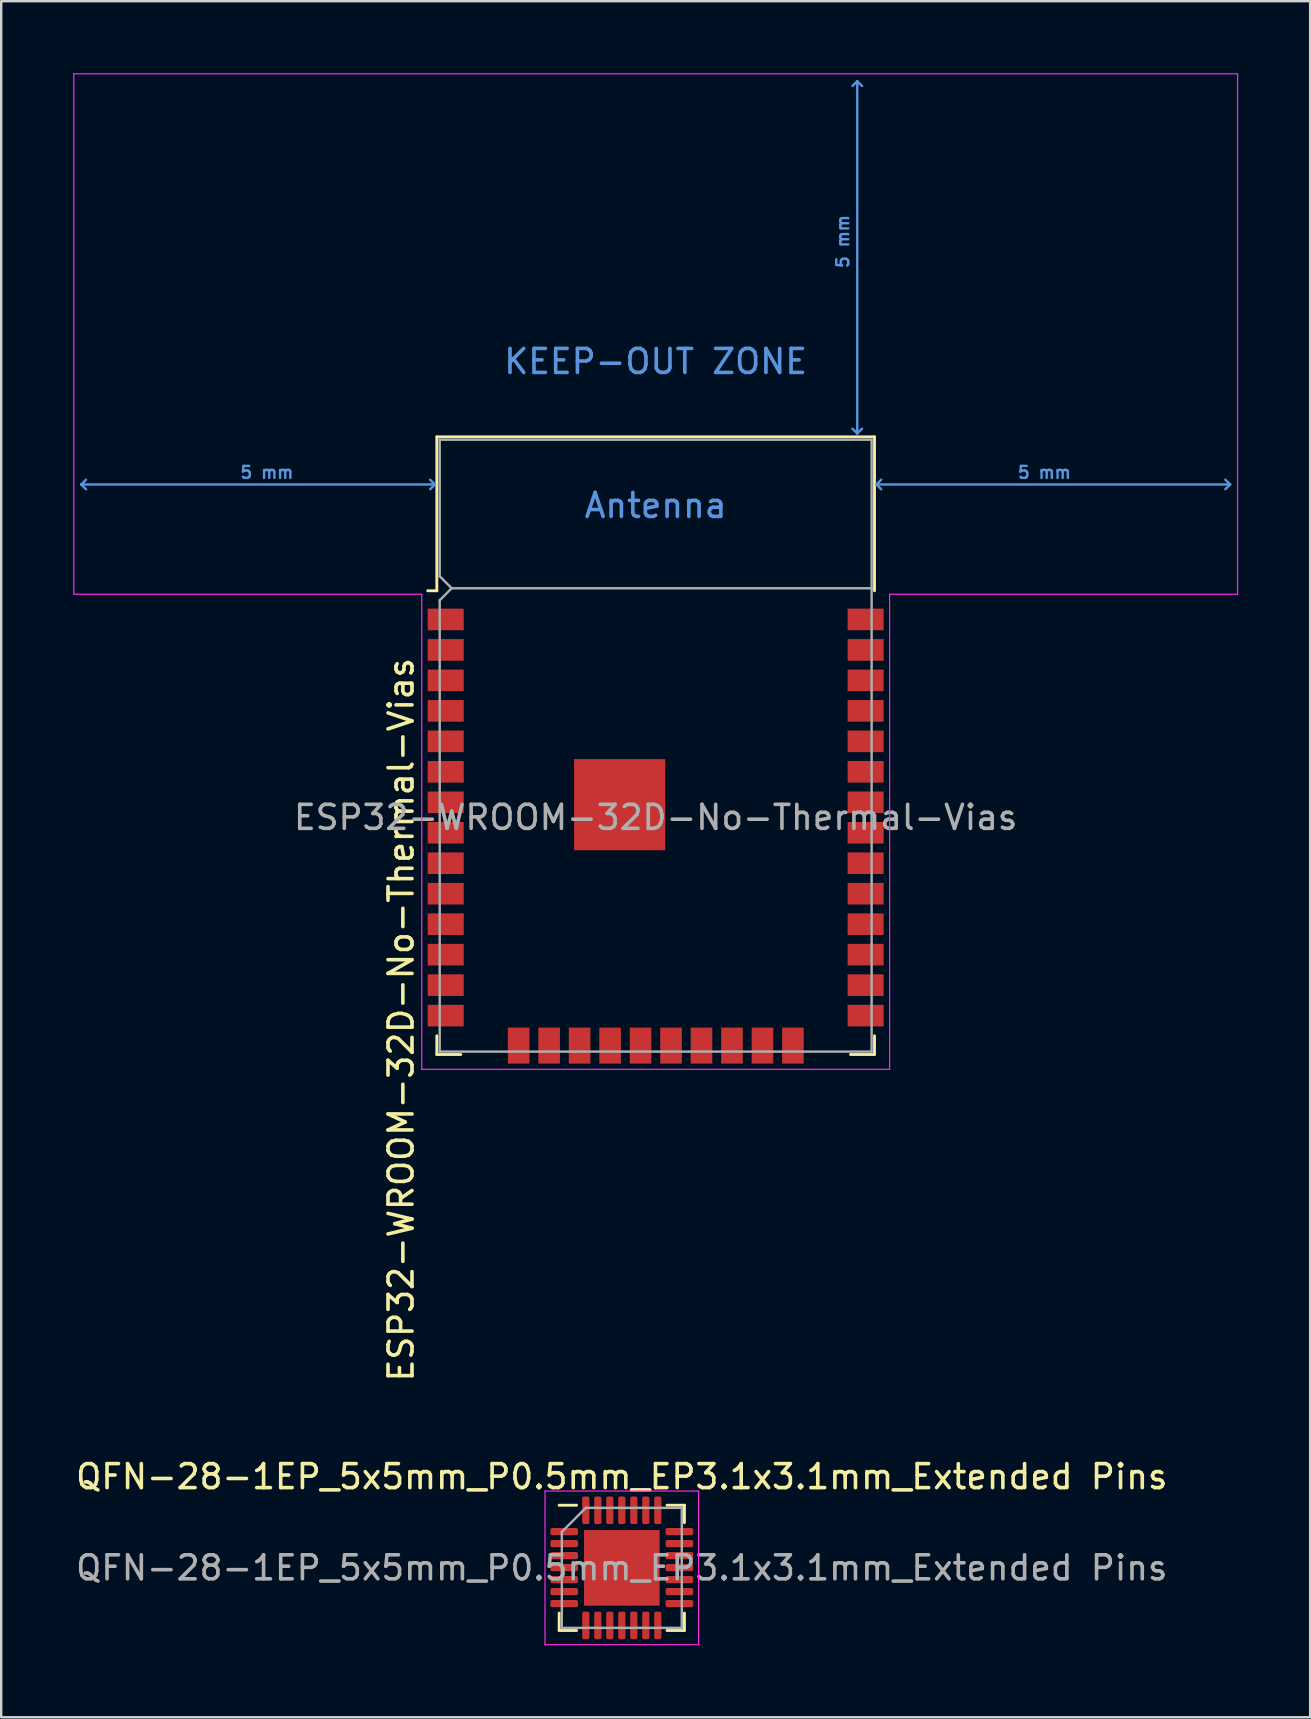
<source format=kicad_pcb>
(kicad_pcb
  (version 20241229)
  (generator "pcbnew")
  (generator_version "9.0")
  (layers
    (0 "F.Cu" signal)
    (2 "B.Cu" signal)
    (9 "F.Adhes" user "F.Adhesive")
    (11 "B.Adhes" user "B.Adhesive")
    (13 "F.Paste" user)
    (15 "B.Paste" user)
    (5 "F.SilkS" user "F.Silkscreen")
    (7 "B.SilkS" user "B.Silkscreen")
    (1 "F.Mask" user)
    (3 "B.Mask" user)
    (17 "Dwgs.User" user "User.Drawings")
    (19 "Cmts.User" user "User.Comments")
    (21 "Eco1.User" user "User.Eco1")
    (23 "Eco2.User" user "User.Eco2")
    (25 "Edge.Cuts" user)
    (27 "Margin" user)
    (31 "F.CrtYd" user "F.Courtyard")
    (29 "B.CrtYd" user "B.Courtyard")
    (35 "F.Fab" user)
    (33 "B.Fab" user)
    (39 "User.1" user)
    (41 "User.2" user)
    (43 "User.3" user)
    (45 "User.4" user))
  (footprint "QFN-28-1EP_5x5mm_P0.5mm_EP3.1x3.1mm_Extended Pins"
    (layer "F.Cu")
    (at 22.863 62.29)
    (property "Reference" "QFN-28-1EP_5x5mm_P0.5mm_EP3.1x3.1mm_Extended Pins" (at 0 -3.8 0) (layer "F.SilkS") (effects (font (size 1 1) (thickness 0.15))))
    (attr smd)
    (fp_line (start -2.61 2.61) (end -2.61 1.885) (stroke (width 0.12) (type solid)) (layer "F.SilkS"))
    (fp_line (start -1.885 -2.61) (end -2.61 -2.61) (stroke (width 0.12) (type solid)) (layer "F.SilkS"))
    (fp_line (start -1.885 2.61) (end -2.61 2.61) (stroke (width 0.12) (type solid)) (layer "F.SilkS"))
    (fp_line (start 1.885 -2.61) (end 2.61 -2.61) (stroke (width 0.12) (type solid)) (layer "F.SilkS"))
    (fp_line (start 1.885 2.61) (end 2.61 2.61) (stroke (width 0.12) (type solid)) (layer "F.SilkS"))
    (fp_line (start 2.61 -2.61) (end 2.61 -1.885) (stroke (width 0.12) (type solid)) (layer "F.SilkS"))
    (fp_line (start 2.61 2.61) (end 2.61 1.885) (stroke (width 0.12) (type solid)) (layer "F.SilkS"))
    (fp_line (start -3.2 -3.2) (end -3.2 3.2) (stroke (width 0.05) (type solid)) (layer "F.CrtYd"))
    (fp_line (start -3.2 3.2) (end 3.2 3.2) (stroke (width 0.05) (type solid)) (layer "F.CrtYd"))
    (fp_line (start 3.2 -3.2) (end -3.2 -3.2) (stroke (width 0.05) (type solid)) (layer "F.CrtYd"))
    (fp_line (start 3.2 3.2) (end 3.2 -3.2) (stroke (width 0.05) (type solid)) (layer "F.CrtYd"))
    (fp_line (start -2.5 -1.5) (end -1.5 -2.5) (stroke (width 0.1) (type solid)) (layer "F.Fab"))
    (fp_line (start -2.5 2.5) (end -2.5 -1.5) (stroke (width 0.1) (type solid)) (layer "F.Fab"))
    (fp_line (start -1.5 -2.5) (end 2.5 -2.5) (stroke (width 0.1) (type solid)) (layer "F.Fab"))
    (fp_line (start 2.5 -2.5) (end 2.5 2.5) (stroke (width 0.1) (type solid)) (layer "F.Fab"))
    (fp_line (start 2.5 2.5) (end -2.5 2.5) (stroke (width 0.1) (type solid)) (layer "F.Fab"))
    (fp_text user "${REFERENCE}" (at 0 0 0) (layer "F.Fab") (effects (font (size 1 1) (thickness 0.15))))
    (pad "" smd roundrect (at -1.03 -1.03) (size 0.83 0.83) (layers "F.Paste") (roundrect_rratio 0.25))
    (pad "" smd roundrect (at -1.03 0) (size 0.83 0.83) (layers "F.Paste") (roundrect_rratio 0.25))
    (pad "" smd roundrect (at -1.03 1.03) (size 0.83 0.83) (layers "F.Paste") (roundrect_rratio 0.25))
    (pad "" smd roundrect (at 0 -1.03) (size 0.83 0.83) (layers "F.Paste") (roundrect_rratio 0.25))
    (pad "" smd roundrect (at 0 0) (size 0.83 0.83) (layers "F.Paste") (roundrect_rratio 0.25))
    (pad "" smd roundrect (at 0 1.03) (size 0.83 0.83) (layers "F.Paste") (roundrect_rratio 0.25))
    (pad "" smd roundrect (at 1.03 -1.03) (size 0.83 0.83) (layers "F.Paste") (roundrect_rratio 0.25))
    (pad "" smd roundrect (at 1.03 0) (size 0.83 0.83) (layers "F.Paste") (roundrect_rratio 0.25))
    (pad "" smd roundrect (at 1.03 1.03) (size 0.83 0.83) (layers "F.Paste") (roundrect_rratio 0.25))
    (pad "1" smd roundrect (at -2.4 -1.51) (size 1.15 0.3) (layers "F.Cu" "F.Mask" "F.Paste") (roundrect_rratio 0.25))
    (pad "2" smd roundrect (at -2.4 -1.01) (size 1.15 0.3) (layers "F.Cu" "F.Mask" "F.Paste") (roundrect_rratio 0.25))
    (pad "3" smd roundrect (at -2.4 -0.51) (size 1.15 0.3) (layers "F.Cu" "F.Mask" "F.Paste") (roundrect_rratio 0.25))
    (pad "4" smd roundrect (at -2.4 -0.01) (size 1.15 0.3) (layers "F.Cu" "F.Mask" "F.Paste") (roundrect_rratio 0.25))
    (pad "5" smd roundrect (at -2.4 0.49) (size 1.15 0.3) (layers "F.Cu" "F.Mask" "F.Paste") (roundrect_rratio 0.25))
    (pad "6" smd roundrect (at -2.4 0.99) (size 1.15 0.3) (layers "F.Cu" "F.Mask" "F.Paste") (roundrect_rratio 0.25))
    (pad "7" smd roundrect (at -2.4 1.49) (size 1.15 0.3) (layers "F.Cu" "F.Mask" "F.Paste") (roundrect_rratio 0.25))
    (pad "8" smd roundrect (at -1.5 2.4) (size 0.3 1.15) (layers "F.Cu" "F.Mask" "F.Paste") (roundrect_rratio 0.25))
    (pad "9" smd roundrect (at -1 2.4) (size 0.3 1.15) (layers "F.Cu" "F.Mask" "F.Paste") (roundrect_rratio 0.25))
    (pad "10" smd roundrect (at -0.5 2.4) (size 0.3 1.15) (layers "F.Cu" "F.Mask" "F.Paste") (roundrect_rratio 0.25))
    (pad "11" smd roundrect (at 0 2.4) (size 0.3 1.15) (layers "F.Cu" "F.Mask" "F.Paste") (roundrect_rratio 0.25))
    (pad "12" smd roundrect (at 0.5 2.4) (size 0.3 1.15) (layers "F.Cu" "F.Mask" "F.Paste") (roundrect_rratio 0.25))
    (pad "13" smd roundrect (at 1 2.4) (size 0.3 1.15) (layers "F.Cu" "F.Mask" "F.Paste") (roundrect_rratio 0.25))
    (pad "14" smd roundrect (at 1.5 2.4) (size 0.3 1.15) (layers "F.Cu" "F.Mask" "F.Paste") (roundrect_rratio 0.25))
    (pad "15" smd roundrect (at 2.4 1.49) (size 1.15 0.3) (layers "F.Cu" "F.Mask" "F.Paste") (roundrect_rratio 0.25))
    (pad "16" smd roundrect (at 2.4 0.99) (size 1.15 0.3) (layers "F.Cu" "F.Mask" "F.Paste") (roundrect_rratio 0.25))
    (pad "17" smd roundrect (at 2.4 0.49) (size 1.15 0.3) (layers "F.Cu" "F.Mask" "F.Paste") (roundrect_rratio 0.25))
    (pad "18" smd roundrect (at 2.4 -0.01) (size 1.15 0.3) (layers "F.Cu" "F.Mask" "F.Paste") (roundrect_rratio 0.25))
    (pad "19" smd roundrect (at 2.4 -0.51) (size 1.15 0.3) (layers "F.Cu" "F.Mask" "F.Paste") (roundrect_rratio 0.25))
    (pad "20" smd roundrect (at 2.4 -1.01) (size 1.15 0.3) (layers "F.Cu" "F.Mask" "F.Paste") (roundrect_rratio 0.25))
    (pad "21" smd roundrect (at 2.4 -1.51) (size 1.15 0.3) (layers "F.Cu" "F.Mask" "F.Paste") (roundrect_rratio 0.25))
    (pad "22" smd roundrect (at 1.5 -2.4) (size 0.3 1.15) (layers "F.Cu" "F.Mask" "F.Paste") (roundrect_rratio 0.25))
    (pad "23" smd roundrect (at 1 -2.4) (size 0.3 1.15) (layers "F.Cu" "F.Mask" "F.Paste") (roundrect_rratio 0.25))
    (pad "24" smd roundrect (at 0.5 -2.4) (size 0.3 1.15) (layers "F.Cu" "F.Mask" "F.Paste") (roundrect_rratio 0.25))
    (pad "25" smd roundrect (at 0 -2.4) (size 0.3 1.15) (layers "F.Cu" "F.Mask" "F.Paste") (roundrect_rratio 0.25))
    (pad "26" smd roundrect (at -0.5 -2.4) (size 0.3 1.15) (layers "F.Cu" "F.Mask" "F.Paste") (roundrect_rratio 0.25))
    (pad "27" smd roundrect (at -1 -2.4) (size 0.3 1.15) (layers "F.Cu" "F.Mask" "F.Paste") (roundrect_rratio 0.25))
    (pad "28" smd roundrect (at -1.5 -2.4) (size 0.3 1.15) (layers "F.Cu" "F.Mask" "F.Paste") (roundrect_rratio 0.25))
    (pad "29" smd rect (at 0 0) (size 3.15 3.15) (layers "F.Cu" "F.Mask")))
  (footprint "ESP32-WROOM-32D-No-Thermal-Vias"
    (layer "F.Cu")
    (at 24.275 31.015)
    (property "Reference" "ESP32-WROOM-32D-No-Thermal-Vias" (at -10.61 8.43 90) (layer "F.SilkS") (effects (font (size 1 1) (thickness 0.15))))
    (attr smd)
    (fp_line (start -9.12 -15.86) (end -9.12 -9.445) (stroke (width 0.12) (type solid)) (layer "F.SilkS"))
    (fp_line (start -9.12 -15.86) (end 9.12 -15.86) (stroke (width 0.12) (type solid)) (layer "F.SilkS"))
    (fp_line (start -9.12 -9.445) (end -9.5 -9.445) (stroke (width 0.12) (type solid)) (layer "F.SilkS"))
    (fp_line (start -9.12 9.1) (end -9.12 9.88) (stroke (width 0.12) (type solid)) (layer "F.SilkS"))
    (fp_line (start -9.12 9.88) (end -8.12 9.88) (stroke (width 0.12) (type solid)) (layer "F.SilkS"))
    (fp_line (start 9.12 -15.86) (end 9.12 -9.445) (stroke (width 0.12) (type solid)) (layer "F.SilkS"))
    (fp_line (start 9.12 9.1) (end 9.12 9.88) (stroke (width 0.12) (type solid)) (layer "F.SilkS"))
    (fp_line (start 9.12 9.88) (end 8.12 9.88) (stroke (width 0.12) (type solid)) (layer "F.SilkS"))
    (fp_line (start -23.94 -13.875) (end -23.74 -14.075) (stroke (width 0.1) (type solid)) (layer "Cmts.User"))
    (fp_line (start -23.94 -13.875) (end -23.74 -13.675) (stroke (width 0.1) (type solid)) (layer "Cmts.User"))
    (fp_line (start -23.94 -13.875) (end -9.2 -13.875) (stroke (width 0.1) (type solid)) (layer "Cmts.User"))
    (fp_line (start -9.2 -13.875) (end -9.4 -14.075) (stroke (width 0.1) (type solid)) (layer "Cmts.User"))
    (fp_line (start -9.2 -13.875) (end -9.4 -13.675) (stroke (width 0.1) (type solid)) (layer "Cmts.User"))
    (fp_line (start 8.4 -30.68) (end 8.2 -30.48) (stroke (width 0.1) (type solid)) (layer "Cmts.User"))
    (fp_line (start 8.4 -30.68) (end 8.6 -30.48) (stroke (width 0.1) (type solid)) (layer "Cmts.User"))
    (fp_line (start 8.4 -16) (end 8.2 -16.2) (stroke (width 0.1) (type solid)) (layer "Cmts.User"))
    (fp_line (start 8.4 -16) (end 8.4 -30.68) (stroke (width 0.1) (type solid)) (layer "Cmts.User"))
    (fp_line (start 8.4 -16) (end 8.6 -16.2) (stroke (width 0.1) (type solid)) (layer "Cmts.User"))
    (fp_line (start 9.2 -13.875) (end 9.4 -14.075) (stroke (width 0.1) (type solid)) (layer "Cmts.User"))
    (fp_line (start 9.2 -13.875) (end 9.4 -13.675) (stroke (width 0.1) (type solid)) (layer "Cmts.User"))
    (fp_line (start 9.2 -13.875) (end 23.94 -13.875) (stroke (width 0.1) (type solid)) (layer "Cmts.User"))
    (fp_line (start 23.94 -13.875) (end 23.74 -14.075) (stroke (width 0.1) (type solid)) (layer "Cmts.User"))
    (fp_line (start 23.94 -13.875) (end 23.74 -13.675) (stroke (width 0.1) (type solid)) (layer "Cmts.User"))
    (fp_line (start -24.25 -30.99) (end -24.25 -9.3) (stroke (width 0.05) (type solid)) (layer "F.CrtYd"))
    (fp_line (start -24.25 -30.99) (end 24.25 -30.99) (stroke (width 0.05) (type solid)) (layer "F.CrtYd"))
    (fp_line (start -24.25 -9.3) (end -9.75 -9.3) (stroke (width 0.05) (type solid)) (layer "F.CrtYd"))
    (fp_line (start -9.75 10.5) (end -9.75 -9.3) (stroke (width 0.05) (type solid)) (layer "F.CrtYd"))
    (fp_line (start -9.75 10.5) (end 9.75 10.5) (stroke (width 0.05) (type solid)) (layer "F.CrtYd"))
    (fp_line (start 9.75 -9.3) (end 9.75 10.5) (stroke (width 0.05) (type solid)) (layer "F.CrtYd"))
    (fp_line (start 9.75 -9.3) (end 24.25 -9.3) (stroke (width 0.05) (type solid)) (layer "F.CrtYd"))
    (fp_line (start 24.25 -30.99) (end 24.25 -9.3) (stroke (width 0.05) (type solid)) (layer "F.CrtYd"))
    (fp_line (start -9 -15.74) (end -9 -10.05) (stroke (width 0.1) (type solid)) (layer "F.Fab"))
    (fp_line (start -9 -15.74) (end 9 -15.74) (stroke (width 0.1) (type solid)) (layer "F.Fab"))
    (fp_line (start -9 -9.05) (end -9 9.76) (stroke (width 0.1) (type solid)) (layer "F.Fab"))
    (fp_line (start -9 -9.05) (end -8.5 -9.55) (stroke (width 0.1) (type solid)) (layer "F.Fab"))
    (fp_line (start -9 9.76) (end 9 9.76) (stroke (width 0.1) (type solid)) (layer "F.Fab"))
    (fp_line (start -8.5 -9.55) (end -9 -10.05) (stroke (width 0.1) (type solid)) (layer "F.Fab"))
    (fp_line (start -8.5 -9.55) (end 9 -9.55) (stroke (width 0.1) (type solid)) (layer "F.Fab"))
    (fp_line (start 9 9.76) (end 9 -15.74) (stroke (width 0.1) (type solid)) (layer "F.Fab"))
    (fp_text user "KEEP-OUT ZONE" (at 0 -19 0) (layer "Cmts.User") (effects (font (size 1 1) (thickness 0.15))))
    (fp_text user "5 mm" (at 16.2 -14.375 0) (layer "Cmts.User") (effects (font (size 0.5 0.5) (thickness 0.1))))
    (fp_text user "5 mm" (at 7.8 -24 90) (layer "Cmts.User") (effects (font (size 0.5 0.5) (thickness 0.1))))
    (fp_text user "5 mm" (at -16.2 -14.375 0) (layer "Cmts.User") (effects (font (size 0.5 0.5) (thickness 0.1))))
    (fp_text user "Antenna" (at 0 -13 0) (layer "Cmts.User") (effects (font (size 1 1) (thickness 0.15))))
    (fp_text user "${REFERENCE}" (at 0 0 0) (layer "F.Fab") (effects (font (size 1 1) (thickness 0.15))))
    (pad "1" smd rect (at -8.75 -8.25) (size 1.5 0.9) (layers "F.Cu" "F.Mask" "F.Paste"))
    (pad "2" smd rect (at -8.75 -6.98) (size 1.5 0.9) (layers "F.Cu" "F.Mask" "F.Paste"))
    (pad "3" smd rect (at -8.75 -5.71) (size 1.5 0.9) (layers "F.Cu" "F.Mask" "F.Paste"))
    (pad "4" smd rect (at -8.75 -4.44) (size 1.5 0.9) (layers "F.Cu" "F.Mask" "F.Paste"))
    (pad "5" smd rect (at -8.75 -3.17) (size 1.5 0.9) (layers "F.Cu" "F.Mask" "F.Paste"))
    (pad "6" smd rect (at -8.75 -1.9) (size 1.5 0.9) (layers "F.Cu" "F.Mask" "F.Paste"))
    (pad "7" smd rect (at -8.75 -0.63) (size 1.5 0.9) (layers "F.Cu" "F.Mask" "F.Paste"))
    (pad "8" smd rect (at -8.75 0.64) (size 1.5 0.9) (layers "F.Cu" "F.Mask" "F.Paste"))
    (pad "9" smd rect (at -8.75 1.91) (size 1.5 0.9) (layers "F.Cu" "F.Mask" "F.Paste"))
    (pad "10" smd rect (at -8.75 3.18) (size 1.5 0.9) (layers "F.Cu" "F.Mask" "F.Paste"))
    (pad "11" smd rect (at -8.75 4.45) (size 1.5 0.9) (layers "F.Cu" "F.Mask" "F.Paste"))
    (pad "12" smd rect (at -8.75 5.72) (size 1.5 0.9) (layers "F.Cu" "F.Mask" "F.Paste"))
    (pad "13" smd rect (at -8.75 6.99) (size 1.5 0.9) (layers "F.Cu" "F.Mask" "F.Paste"))
    (pad "14" smd rect (at -8.75 8.26) (size 1.5 0.9) (layers "F.Cu" "F.Mask" "F.Paste"))
    (pad "15" smd rect (at -5.71 9.51 90) (size 1.5 0.9) (layers "F.Cu" "F.Mask" "F.Paste"))
    (pad "16" smd rect (at -4.44 9.51 90) (size 1.5 0.9) (layers "F.Cu" "F.Mask" "F.Paste"))
    (pad "17" smd rect (at -3.17 9.51 90) (size 1.5 0.9) (layers "F.Cu" "F.Mask" "F.Paste"))
    (pad "18" smd rect (at -1.9 9.51 90) (size 1.5 0.9) (layers "F.Cu" "F.Mask" "F.Paste"))
    (pad "19" smd rect (at -0.63 9.51 90) (size 1.5 0.9) (layers "F.Cu" "F.Mask" "F.Paste"))
    (pad "20" smd rect (at 0.64 9.51 90) (size 1.5 0.9) (layers "F.Cu" "F.Mask" "F.Paste"))
    (pad "21" smd rect (at 1.91 9.51 90) (size 1.5 0.9) (layers "F.Cu" "F.Mask" "F.Paste"))
    (pad "22" smd rect (at 3.18 9.51 90) (size 1.5 0.9) (layers "F.Cu" "F.Mask" "F.Paste"))
    (pad "23" smd rect (at 4.45 9.51 90) (size 1.5 0.9) (layers "F.Cu" "F.Mask" "F.Paste"))
    (pad "24" smd rect (at 5.72 9.51 90) (size 1.5 0.9) (layers "F.Cu" "F.Mask" "F.Paste"))
    (pad "25" smd rect (at 8.75 8.26) (size 1.5 0.9) (layers "F.Cu" "F.Mask" "F.Paste"))
    (pad "26" smd rect (at 8.75 6.99) (size 1.5 0.9) (layers "F.Cu" "F.Mask" "F.Paste"))
    (pad "27" smd rect (at 8.75 5.72) (size 1.5 0.9) (layers "F.Cu" "F.Mask" "F.Paste"))
    (pad "28" smd rect (at 8.75 4.45) (size 1.5 0.9) (layers "F.Cu" "F.Mask" "F.Paste"))
    (pad "29" smd rect (at 8.75 3.18) (size 1.5 0.9) (layers "F.Cu" "F.Mask" "F.Paste"))
    (pad "30" smd rect (at 8.75 1.91) (size 1.5 0.9) (layers "F.Cu" "F.Mask" "F.Paste"))
    (pad "31" smd rect (at 8.75 0.64) (size 1.5 0.9) (layers "F.Cu" "F.Mask" "F.Paste"))
    (pad "32" smd rect (at 8.75 -0.63) (size 1.5 0.9) (layers "F.Cu" "F.Mask" "F.Paste"))
    (pad "33" smd rect (at 8.75 -1.9) (size 1.5 0.9) (layers "F.Cu" "F.Mask" "F.Paste"))
    (pad "34" smd rect (at 8.75 -3.17) (size 1.5 0.9) (layers "F.Cu" "F.Mask" "F.Paste"))
    (pad "35" smd rect (at 8.75 -4.44) (size 1.5 0.9) (layers "F.Cu" "F.Mask" "F.Paste"))
    (pad "36" smd rect (at 8.75 -5.71) (size 1.5 0.9) (layers "F.Cu" "F.Mask" "F.Paste"))
    (pad "37" smd rect (at 8.75 -6.98) (size 1.5 0.9) (layers "F.Cu" "F.Mask" "F.Paste"))
    (pad "38" smd rect (at 8.75 -8.25) (size 1.5 0.9) (layers "F.Cu" "F.Mask" "F.Paste"))
    (pad "39" smd rect (at -2.9 -1.93) (size 0.9 0.9) (layers "F.Cu" "F.Paste"))
    (pad "39" smd rect (at -2.9 -0.53) (size 0.9 0.9) (layers "F.Cu" "F.Paste"))
    (pad "39" smd rect (at -2.9 0.87) (size 0.9 0.9) (layers "F.Cu" "F.Paste"))
    (pad "39" smd rect (at -1.5 -1.93) (size 0.9 0.9) (layers "F.Cu" "F.Paste"))
    (pad "39" smd rect (at -1.5 -0.53) (size 0.9 0.9) (layers "F.Cu" "F.Paste"))
    (pad "39" smd rect (at -1.5 -0.53) (size 3.8 3.8) (layers "F.Cu" "F.Mask"))
    (pad "39" smd rect (at -1.5 0.87) (size 0.9 0.9) (layers "F.Cu" "F.Paste"))
    (pad "39" smd rect (at -0.1 -1.93) (size 0.9 0.9) (layers "F.Cu" "F.Paste"))
    (pad "39" smd rect (at -0.1 -0.53) (size 0.9 0.9) (layers "F.Cu" "F.Paste"))
    (pad "39" smd rect (at -0.1 0.87) (size 0.9 0.9) (layers "F.Cu" "F.Paste"))
    (zone (net_name "") (layers "F.Cu" "B.Cu") (hatch full 0.508) (connect_pads) (min_thickness 0.254) (filled_areas_thickness no) (keepout (tracks not_allowed) (vias not_allowed) (pads not_allowed) (copperpour not_allowed) (footprints not_allowed)) (placement (enabled no)) (fill) (polygon (pts (xy 0.275 21.465) (xy 48.275 21.465) (xy 48.275 0.275) (xy 0.275 0.275)))))
  (gr_rect
    (start -3 -3)
    (end 51.55 68.515)
    (stroke (width 0.1) (type default))
    (fill no)
    (layer "Edge.Cuts")))
</source>
